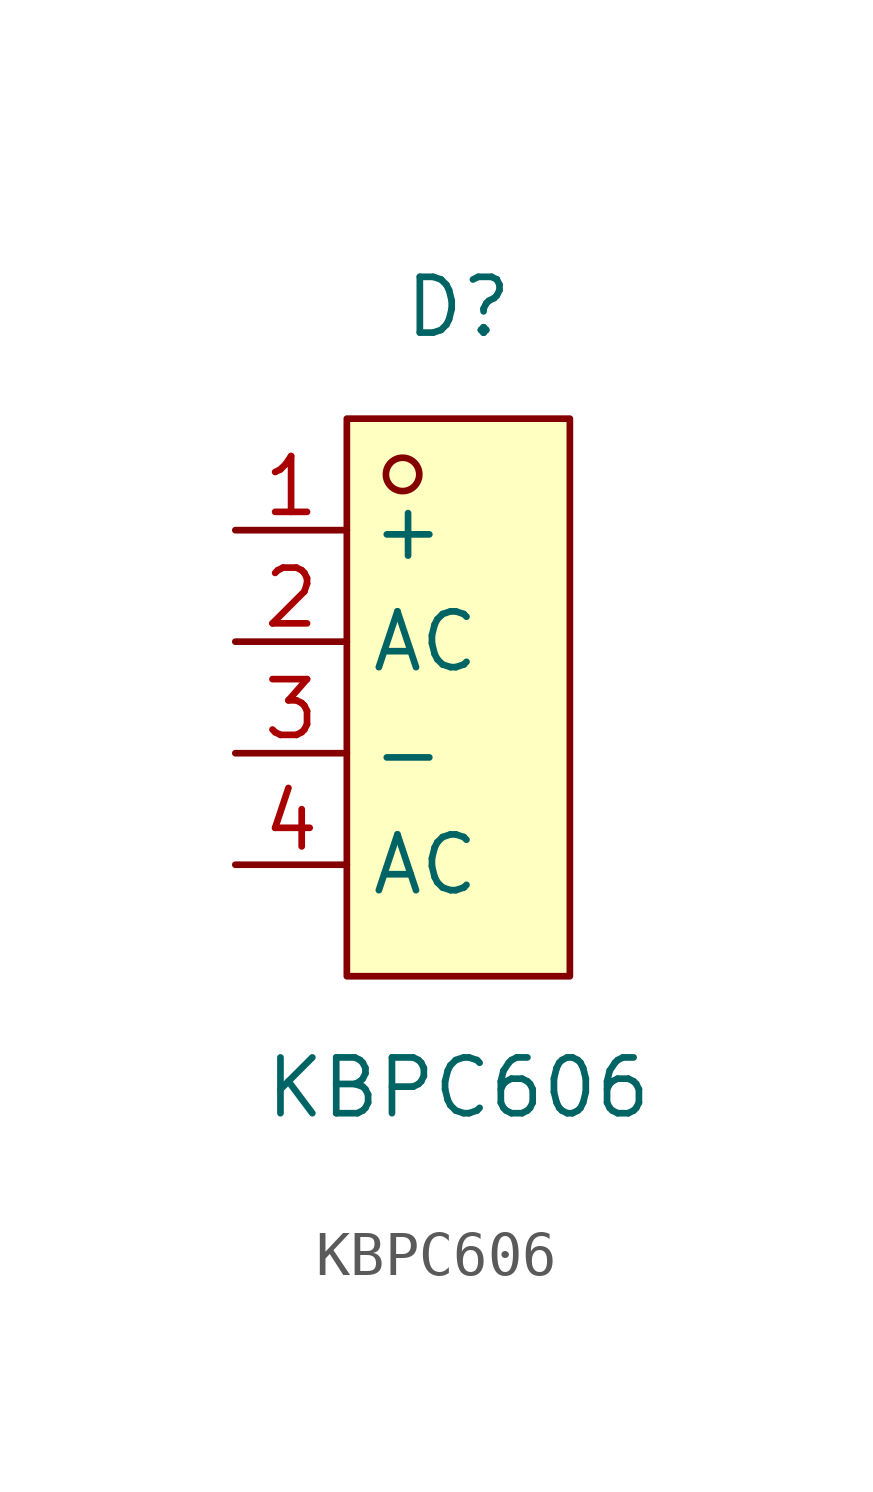
<source format=kicad_sym>
(kicad_symbol_lib
  (version 20211014)
  (generator https://github.com/uPesy/easyeda2kicad.py)
  (symbol "KBPC606"
    (property "Reference" "D"
      (at 0 8.89 0)
      (effects (font (size 1.27 1.27))))
    (property "Value" "KBPC606"
      (at 0 -8.89 0)
      (effects (font (size 1.27 1.27))))
    (symbol "KBPC606_0_1"
      (rectangle (start -2.54 6.35) (end 2.54 -6.35) (stroke (width 0) (type default) (color 0 0 0 0)) (fill (type background)))
      (circle (center -1.27 5.08) (radius 0.38) (stroke (width 0) (type default) (color 0 0 0 0)) (fill (type none)))
      (pin unspecified line (at -5.08 3.81 0) (length 2.54) (name "+" (effects (font (size 1.27 1.27)))) (number "1" (effects (font (size 1.27 1.27)))))
      (pin unspecified line (at -5.08 1.27 0) (length 2.54) (name "AC" (effects (font (size 1.27 1.27)))) (number "2" (effects (font (size 1.27 1.27)))))
      (pin unspecified line (at -5.08 -1.27 0) (length 2.54) (name "-" (effects (font (size 1.27 1.27)))) (number "3" (effects (font (size 1.27 1.27)))))
      (pin unspecified line (at -5.08 -3.81 0) (length 2.54) (name "AC" (effects (font (size 1.27 1.27)))) (number "4" (effects (font (size 1.27 1.27))))))))
</source>
